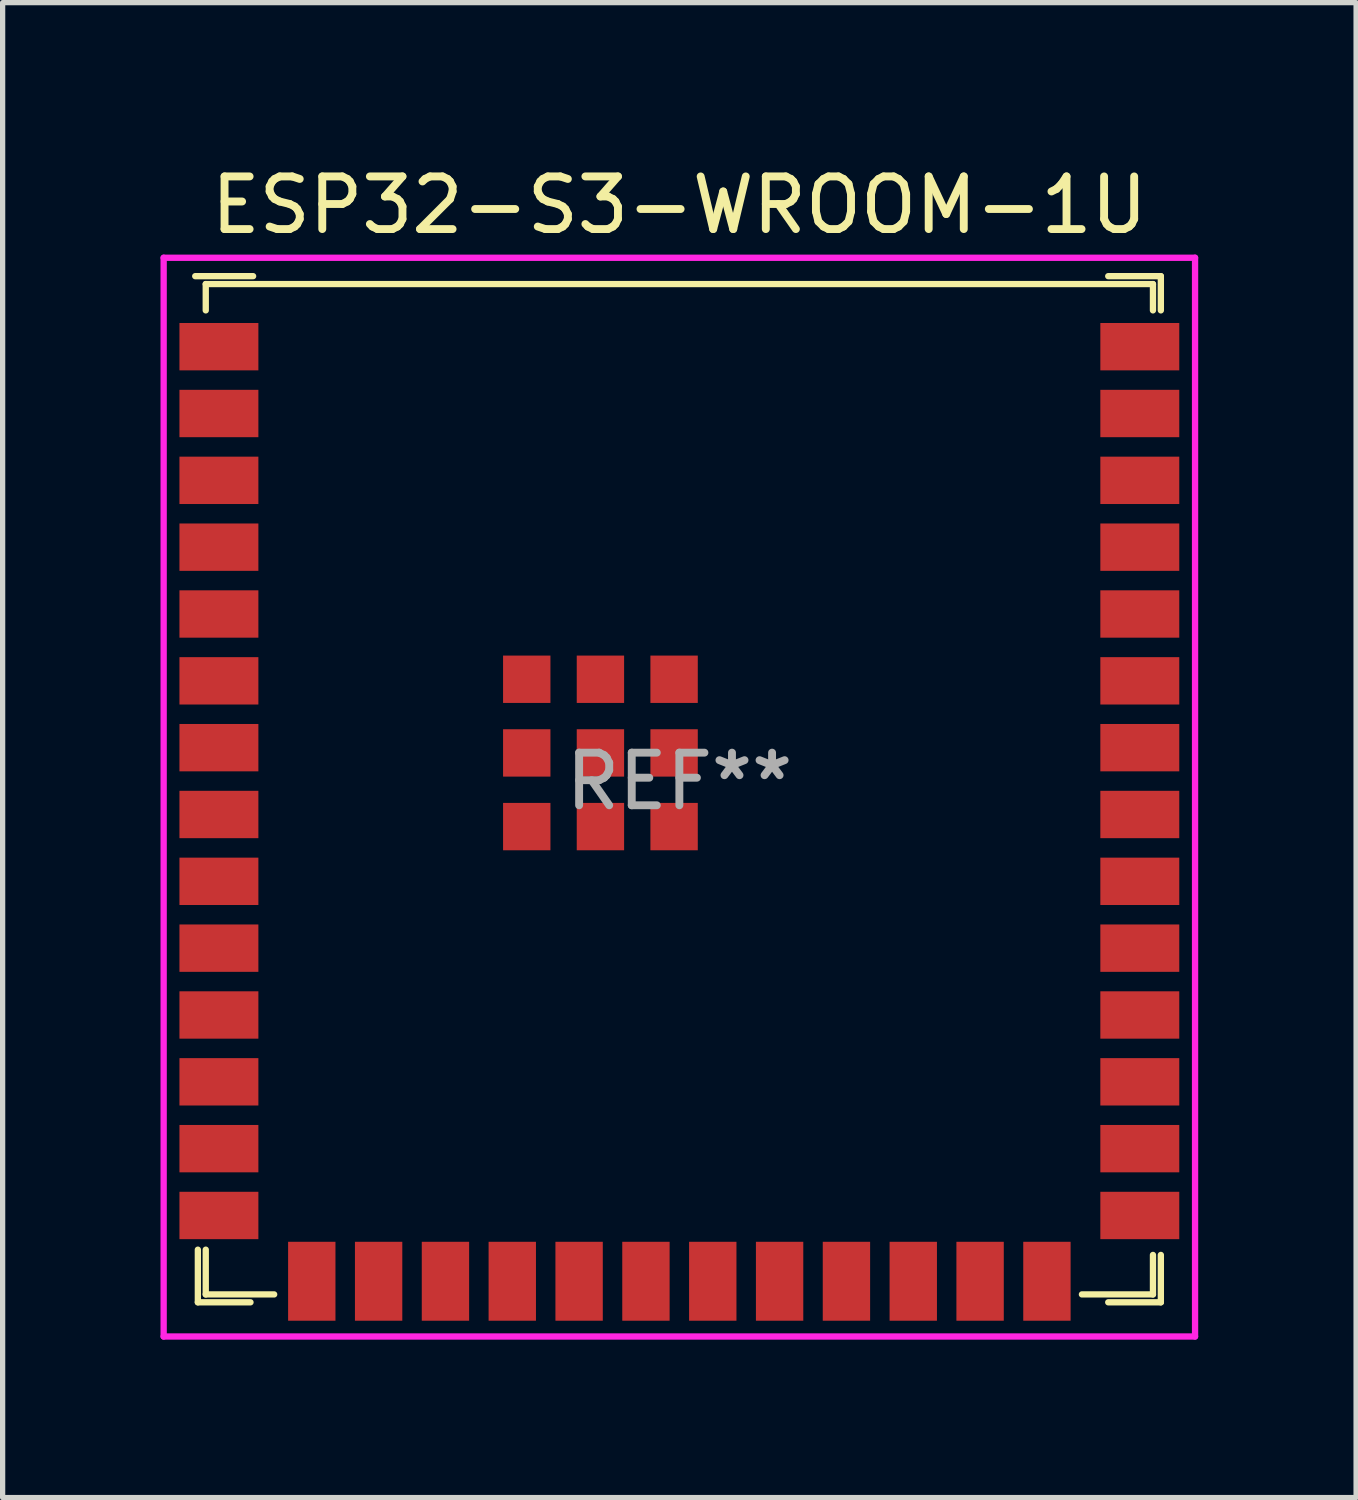
<source format=kicad_pcb>
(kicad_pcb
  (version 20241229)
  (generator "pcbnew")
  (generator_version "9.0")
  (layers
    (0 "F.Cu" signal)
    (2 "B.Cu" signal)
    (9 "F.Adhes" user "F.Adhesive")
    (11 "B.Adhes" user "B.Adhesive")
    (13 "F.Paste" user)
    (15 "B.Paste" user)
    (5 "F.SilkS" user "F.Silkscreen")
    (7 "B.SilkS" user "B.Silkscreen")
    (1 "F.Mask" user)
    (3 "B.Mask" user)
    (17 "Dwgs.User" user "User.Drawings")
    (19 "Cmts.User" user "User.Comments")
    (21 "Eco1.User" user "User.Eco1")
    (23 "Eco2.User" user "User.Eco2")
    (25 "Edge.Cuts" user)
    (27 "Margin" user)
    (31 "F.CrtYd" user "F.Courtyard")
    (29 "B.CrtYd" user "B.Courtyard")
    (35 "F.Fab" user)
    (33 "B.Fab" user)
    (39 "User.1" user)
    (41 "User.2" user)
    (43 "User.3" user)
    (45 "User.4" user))
  (footprint "ESP32-S3-WROOM-1U"
    (layer "F.Cu")
    (at 9.86 11.798)
    (property "Reference" "ESP32-S3-WROOM-1U" (at 0 -10.95 0) (layer "F.SilkS") (effects (font (size 1 1) (thickness 0.15))))
    (attr smd)
    (fp_line (start -9.2 -9.6) (end -8.1 -9.6) (stroke (width 0.12) (type solid)) (layer "F.SilkS"))
    (fp_line (start -9.15 9.9) (end -9.15 8.9) (stroke (width 0.12) (type solid)) (layer "F.SilkS"))
    (fp_line (start -9.15 9.9) (end -8.15 9.9) (stroke (width 0.12) (type solid)) (layer "F.SilkS"))
    (fp_line (start -9 -9.45) (end -9 -8.95) (stroke (width 0.12) (type solid)) (layer "F.SilkS"))
    (fp_line (start -9 8.9) (end -9 9.75) (stroke (width 0.12) (type solid)) (layer "F.SilkS"))
    (fp_line (start -9 9.75) (end -7.7 9.75) (stroke (width 0.12) (type solid)) (layer "F.SilkS"))
    (fp_line (start 9 -9.45) (end -9 -9.45) (stroke (width 0.12) (type solid)) (layer "F.SilkS"))
    (fp_line (start 9 -9.45) (end 9 -8.95) (stroke (width 0.12) (type solid)) (layer "F.SilkS"))
    (fp_line (start 9 9) (end 9 9.75) (stroke (width 0.12) (type solid)) (layer "F.SilkS"))
    (fp_line (start 9 9.75) (end 7.65 9.75) (stroke (width 0.12) (type solid)) (layer "F.SilkS"))
    (fp_line (start 9.15 -9.6) (end 8.15 -9.6) (stroke (width 0.12) (type solid)) (layer "F.SilkS"))
    (fp_line (start 9.15 -8.95) (end 9.15 -9.6) (stroke (width 0.12) (type solid)) (layer "F.SilkS"))
    (fp_line (start 9.15 9) (end 9.15 9.9) (stroke (width 0.12) (type solid)) (layer "F.SilkS"))
    (fp_line (start 9.15 9.9) (end 8.15 9.9) (stroke (width 0.12) (type solid)) (layer "F.SilkS"))
    (fp_line (start -9 -9.45) (end 9 -9.45) (stroke (width 0.12) (type solid)) (layer "Eco2.User"))
    (fp_line (start -9 9.75) (end -9 -9.45) (stroke (width 0.12) (type solid)) (layer "Eco2.User"))
    (fp_line (start 9 -9.45) (end 9 9.75) (stroke (width 0.12) (type solid)) (layer "Eco2.User"))
    (fp_line (start 9 9.75) (end -9 9.75) (stroke (width 0.12) (type solid)) (layer "Eco2.User"))
    (fp_line (start -9.8 -9.95) (end -9.8 10.55) (stroke (width 0.12) (type solid)) (layer "F.CrtYd"))
    (fp_line (start -9.8 10.55) (end 9.8 10.55) (stroke (width 0.12) (type solid)) (layer "F.CrtYd"))
    (fp_line (start 9.8 -9.95) (end -9.8 -9.95) (stroke (width 0.12) (type solid)) (layer "F.CrtYd"))
    (fp_line (start 9.8 -9.95) (end 9.8 10.55) (stroke (width 0.12) (type solid)) (layer "F.CrtYd"))
    (fp_text user "REF**" (at 0 0 0) (layer "F.Fab") (effects (font (size 1 1) (thickness 0.15))))
    (pad "1" smd rect (at -8.75 -8.26) (size 1.5 0.9) (layers "F.Cu" "F.Mask" "F.Paste"))
    (pad "2" smd rect (at -8.75 -6.99) (size 1.5 0.9) (layers "F.Cu" "F.Mask" "F.Paste"))
    (pad "3" smd rect (at -8.75 -5.72) (size 1.5 0.9) (layers "F.Cu" "F.Mask" "F.Paste"))
    (pad "4" smd rect (at -8.75 -4.45) (size 1.5 0.9) (layers "F.Cu" "F.Mask" "F.Paste"))
    (pad "5" smd rect (at -8.75 -3.18) (size 1.5 0.9) (layers "F.Cu" "F.Mask" "F.Paste"))
    (pad "6" smd rect (at -8.75 -1.91) (size 1.5 0.9) (layers "F.Cu" "F.Mask" "F.Paste"))
    (pad "7" smd rect (at -8.75 -0.64) (size 1.5 0.9) (layers "F.Cu" "F.Mask" "F.Paste"))
    (pad "8" smd rect (at -8.75 0.63) (size 1.5 0.9) (layers "F.Cu" "F.Mask" "F.Paste"))
    (pad "9" smd rect (at -8.75 1.9) (size 1.5 0.9) (layers "F.Cu" "F.Mask" "F.Paste"))
    (pad "10" smd rect (at -8.75 3.17) (size 1.5 0.9) (layers "F.Cu" "F.Mask" "F.Paste"))
    (pad "11" smd rect (at -8.75 4.44) (size 1.5 0.9) (layers "F.Cu" "F.Mask" "F.Paste"))
    (pad "12" smd rect (at -8.75 5.71) (size 1.5 0.9) (layers "F.Cu" "F.Mask" "F.Paste"))
    (pad "13" smd rect (at -8.75 6.98) (size 1.5 0.9) (layers "F.Cu" "F.Mask" "F.Paste"))
    (pad "14" smd rect (at -8.75 8.25) (size 1.5 0.9) (layers "F.Cu" "F.Mask" "F.Paste"))
    (pad "15" smd rect (at -6.985 9.5 90) (size 1.5 0.9) (layers "F.Cu" "F.Mask" "F.Paste"))
    (pad "16" smd rect (at -5.715 9.5 90) (size 1.5 0.9) (layers "F.Cu" "F.Mask" "F.Paste"))
    (pad "17" smd rect (at -4.445 9.5 90) (size 1.5 0.9) (layers "F.Cu" "F.Mask" "F.Paste"))
    (pad "18" smd rect (at -3.175 9.5 90) (size 1.5 0.9) (layers "F.Cu" "F.Mask" "F.Paste"))
    (pad "19" smd rect (at -1.905 9.5 90) (size 1.5 0.9) (layers "F.Cu" "F.Mask" "F.Paste"))
    (pad "20" smd rect (at -0.635 9.5 90) (size 1.5 0.9) (layers "F.Cu" "F.Mask" "F.Paste"))
    (pad "21" smd rect (at 0.635 9.5 90) (size 1.5 0.9) (layers "F.Cu" "F.Mask" "F.Paste"))
    (pad "22" smd rect (at 1.905 9.5 90) (size 1.5 0.9) (layers "F.Cu" "F.Mask" "F.Paste"))
    (pad "23" smd rect (at 3.175 9.5 90) (size 1.5 0.9) (layers "F.Cu" "F.Mask" "F.Paste"))
    (pad "24" smd rect (at 4.445 9.5 90) (size 1.5 0.9) (layers "F.Cu" "F.Mask" "F.Paste"))
    (pad "25" smd rect (at 5.715 9.5 90) (size 1.5 0.9) (layers "F.Cu" "F.Mask" "F.Paste"))
    (pad "26" smd rect (at 6.985 9.5 90) (size 1.5 0.9) (layers "F.Cu" "F.Mask" "F.Paste"))
    (pad "27" smd rect (at 8.75 8.25 180) (size 1.5 0.9) (layers "F.Cu" "F.Mask" "F.Paste"))
    (pad "28" smd rect (at 8.75 6.98 180) (size 1.5 0.9) (layers "F.Cu" "F.Mask" "F.Paste"))
    (pad "29" smd rect (at 8.75 5.71 180) (size 1.5 0.9) (layers "F.Cu" "F.Mask" "F.Paste"))
    (pad "30" smd rect (at 8.75 4.44 180) (size 1.5 0.9) (layers "F.Cu" "F.Mask" "F.Paste"))
    (pad "31" smd rect (at 8.75 3.17 180) (size 1.5 0.9) (layers "F.Cu" "F.Mask" "F.Paste"))
    (pad "32" smd rect (at 8.75 1.9 180) (size 1.5 0.9) (layers "F.Cu" "F.Mask" "F.Paste"))
    (pad "33" smd rect (at 8.75 0.63 180) (size 1.5 0.9) (layers "F.Cu" "F.Mask" "F.Paste"))
    (pad "34" smd rect (at 8.75 -0.64 180) (size 1.5 0.9) (layers "F.Cu" "F.Mask" "F.Paste"))
    (pad "35" smd rect (at 8.75 -1.91 180) (size 1.5 0.9) (layers "F.Cu" "F.Mask" "F.Paste"))
    (pad "36" smd rect (at 8.75 -3.18 180) (size 1.5 0.9) (layers "F.Cu" "F.Mask" "F.Paste"))
    (pad "37" smd rect (at 8.75 -4.45 180) (size 1.5 0.9) (layers "F.Cu" "F.Mask" "F.Paste"))
    (pad "38" smd rect (at 8.75 -5.72 180) (size 1.5 0.9) (layers "F.Cu" "F.Mask" "F.Paste"))
    (pad "39" smd rect (at 8.75 -6.99 180) (size 1.5 0.9) (layers "F.Cu" "F.Mask" "F.Paste"))
    (pad "40" smd rect (at 8.75 -8.26 180) (size 1.5 0.9) (layers "F.Cu" "F.Mask" "F.Paste"))
    (pad "41" smd rect (at -2.9 -1.94 180) (size 0.9 0.9) (layers "F.Cu" "F.Mask" "F.Paste"))
    (pad "41" smd rect (at -2.9 -0.54 180) (size 0.9 0.9) (layers "F.Cu" "F.Mask" "F.Paste"))
    (pad "41" smd rect (at -2.9 0.86 180) (size 0.9 0.9) (layers "F.Cu" "F.Mask" "F.Paste"))
    (pad "41" smd rect (at -1.5 -1.94 180) (size 0.9 0.9) (layers "F.Cu" "F.Mask" "F.Paste"))
    (pad "41" smd rect (at -1.5 -0.54 180) (size 0.9 0.9) (layers "F.Cu" "F.Mask" "F.Paste"))
    (pad "41" smd rect (at -1.5 0.86 180) (size 0.9 0.9) (layers "F.Cu" "F.Mask" "F.Paste"))
    (pad "41" smd rect (at -0.1 -1.94 180) (size 0.9 0.9) (layers "F.Cu" "F.Mask" "F.Paste"))
    (pad "41" smd rect (at -0.1 -0.54 180) (size 0.9 0.9) (layers "F.Cu" "F.Mask" "F.Paste"))
    (pad "41" smd rect (at -0.1 0.86 180) (size 0.9 0.9) (layers "F.Cu" "F.Mask" "F.Paste")))
  (gr_rect
    (start -3 -3)
    (end 22.72 25.408)
    (stroke (width 0.1) (type default))
    (fill no)
    (layer "Edge.Cuts")))
</source>
